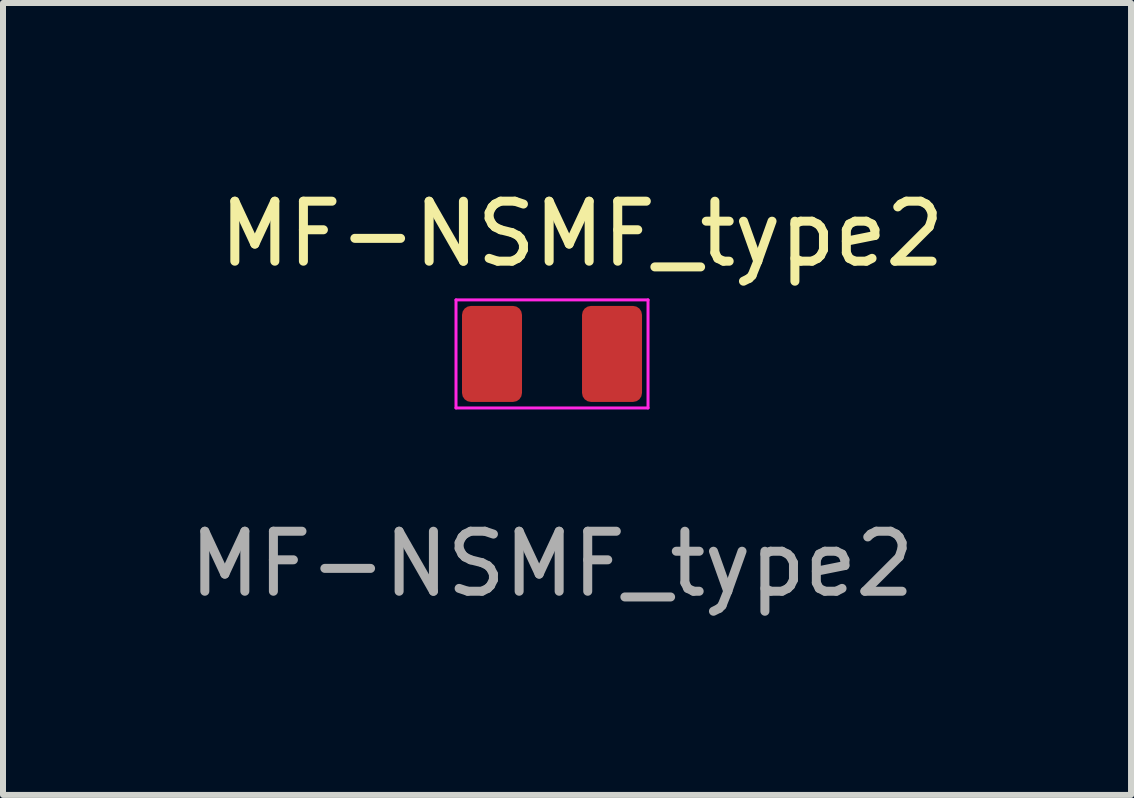
<source format=kicad_pcb>
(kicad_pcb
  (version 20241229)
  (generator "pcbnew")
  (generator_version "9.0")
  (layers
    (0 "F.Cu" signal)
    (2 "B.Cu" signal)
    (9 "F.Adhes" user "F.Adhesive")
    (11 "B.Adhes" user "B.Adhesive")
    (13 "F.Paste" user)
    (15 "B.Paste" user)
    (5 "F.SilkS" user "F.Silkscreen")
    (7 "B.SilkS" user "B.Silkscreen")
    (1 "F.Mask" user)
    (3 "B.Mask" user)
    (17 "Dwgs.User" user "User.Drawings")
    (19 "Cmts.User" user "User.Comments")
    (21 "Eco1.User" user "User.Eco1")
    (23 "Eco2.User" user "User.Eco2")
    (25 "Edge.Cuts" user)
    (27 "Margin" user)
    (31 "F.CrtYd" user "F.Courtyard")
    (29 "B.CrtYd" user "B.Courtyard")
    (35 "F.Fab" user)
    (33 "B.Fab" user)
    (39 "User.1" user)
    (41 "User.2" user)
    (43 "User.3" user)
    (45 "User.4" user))
  (footprint "MF-NSMF_type2"
    (layer "F.Cu")
    (at 6.149 2.848)
    (property "Reference" "MF-NSMF_type2" (at 0.5 -2 0) (unlocked yes) (layer "F.SilkS") (effects (font (size 1 1) (thickness 0.15))))
    (attr smd)
    (fp_line (start -1.6 -0.9) (end -1.6 0.9) (stroke (width 0.05) (type default)) (layer "F.CrtYd"))
    (fp_line (start -1.6 0.9) (end 1.6 0.9) (stroke (width 0.05) (type default)) (layer "F.CrtYd"))
    (fp_line (start 1.6 -0.9) (end -1.6 -0.9) (stroke (width 0.05) (type default)) (layer "F.CrtYd"))
    (fp_line (start 1.6 0.9) (end 1.6 -0.9) (stroke (width 0.05) (type default)) (layer "F.CrtYd"))
    (fp_text user "${REFERENCE}" (at 0 3.5 0) (unlocked yes) (layer "F.Fab") (effects (font (size 1 1) (thickness 0.15))))
    (pad "1" smd roundrect (at -1 0) (size 1 1.6) (layers "F.Cu" "F.Mask" "F.Paste") (roundrect_rratio 0.15))
    (pad "2" smd roundrect (at 1 0) (size 1 1.6) (layers "F.Cu" "F.Mask" "F.Paste") (roundrect_rratio 0.15)))
  (gr_rect
    (start -3 -3)
    (end 15.798 10.197)
    (stroke (width 0.1) (type default))
    (fill no)
    (layer "Edge.Cuts")))
</source>
